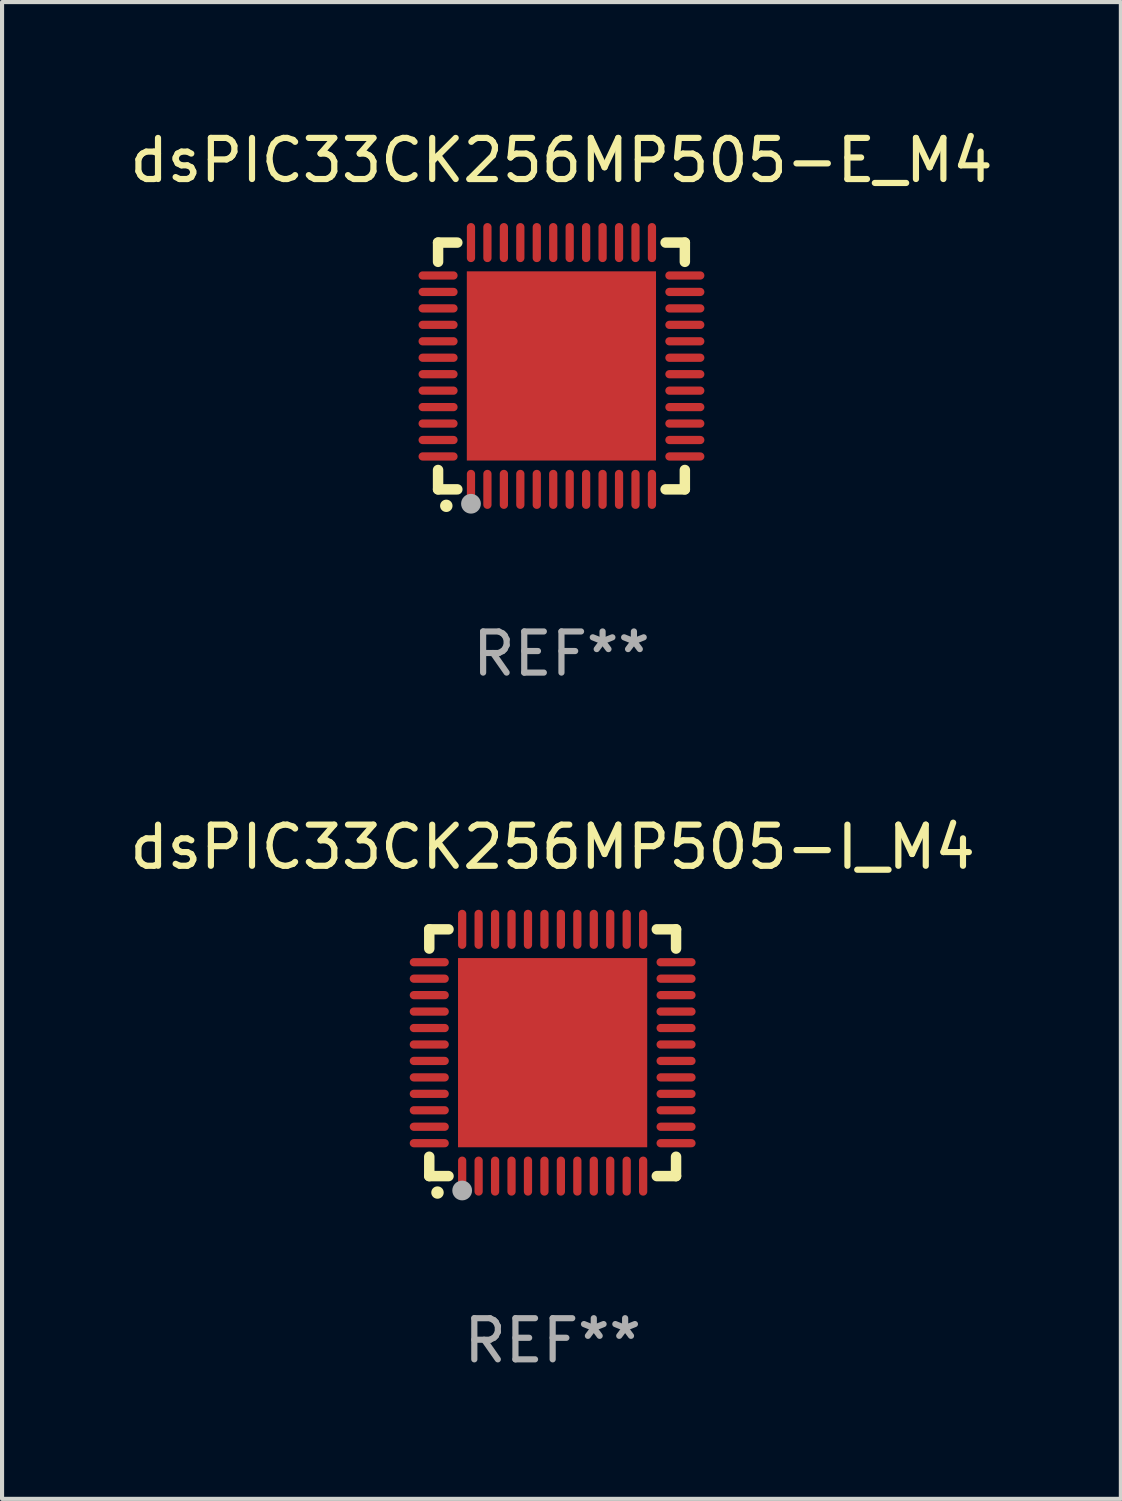
<source format=kicad_pcb>
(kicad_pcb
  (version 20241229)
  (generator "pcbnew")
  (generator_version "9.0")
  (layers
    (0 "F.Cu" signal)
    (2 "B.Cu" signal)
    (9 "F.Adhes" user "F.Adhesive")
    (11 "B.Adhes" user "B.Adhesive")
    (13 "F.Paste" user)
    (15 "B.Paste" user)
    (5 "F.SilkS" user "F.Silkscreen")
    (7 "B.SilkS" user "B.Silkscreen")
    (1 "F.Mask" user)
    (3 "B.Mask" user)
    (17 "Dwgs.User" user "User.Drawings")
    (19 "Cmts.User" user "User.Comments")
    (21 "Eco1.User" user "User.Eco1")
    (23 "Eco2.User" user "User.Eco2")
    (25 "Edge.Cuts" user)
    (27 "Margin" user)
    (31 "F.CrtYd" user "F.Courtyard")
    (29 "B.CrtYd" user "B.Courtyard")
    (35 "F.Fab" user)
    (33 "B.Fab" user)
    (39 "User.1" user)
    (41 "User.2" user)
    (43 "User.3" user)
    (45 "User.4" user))
  (footprint "dsPIC33CK256MP505-E_M4"
    (layer "F.Cu")
    (at 10.601 5.848)
    (property "Reference" "dsPIC33CK256MP505-E_M4" (at 0 -5 0) (layer "F.SilkS") (effects (font (size 1 1) (thickness 0.15))))
    (attr through_hole)
    (fp_line (start -3 -3) (end -2.532 -3) (stroke (width 0.254) (type solid)) (layer "F.SilkS"))
    (fp_line (start -3 -2.532) (end -3 -3) (stroke (width 0.254) (type solid)) (layer "F.SilkS"))
    (fp_line (start -3 3) (end -3 2.529) (stroke (width 0.254) (type solid)) (layer "F.SilkS"))
    (fp_line (start -2.532 3) (end -3 3) (stroke (width 0.254) (type solid)) (layer "F.SilkS"))
    (fp_line (start 2.532 -3) (end 3 -3) (stroke (width 0.254) (type solid)) (layer "F.SilkS"))
    (fp_line (start 3 -3) (end 3 -2.532) (stroke (width 0.254) (type solid)) (layer "F.SilkS"))
    (fp_line (start 3 2.529) (end 3 3) (stroke (width 0.254) (type solid)) (layer "F.SilkS"))
    (fp_line (start 3 3) (end 2.532 3) (stroke (width 0.254) (type solid)) (layer "F.SilkS"))
    (fp_arc (start -2.801295 3.400025) (mid -2.800025 3.40002) (end -2.798755 3.400025) (stroke (width 0.3) (type solid)) (layer "F.SilkS"))
    (fp_circle (center -3 3) (end -2.97 3) (stroke (width 0.06) (type solid)) (fill no) (layer "F.SilkS"))
    (fp_circle (center -2.2 3.35) (end -2.08 3.35) (stroke (width 0.24) (type solid)) (fill no) (layer "F.Fab"))
    (fp_text user "REF**" (at 0 7 0) (layer "F.Fab") (effects (font (size 1 1) (thickness 0.15))))
    (pad "1" smd oval (at -2.2 3) (size 0.2 0.95) (layers "F.Cu" "F.Mask" "F.Paste"))
    (pad "2" smd oval (at -1.8 3) (size 0.2 0.95) (layers "F.Cu" "F.Mask" "F.Paste"))
    (pad "3" smd oval (at -1.4 3) (size 0.2 0.95) (layers "F.Cu" "F.Mask" "F.Paste"))
    (pad "4" smd oval (at -1 3) (size 0.2 0.95) (layers "F.Cu" "F.Mask" "F.Paste"))
    (pad "5" smd oval (at -0.6 3) (size 0.2 0.95) (layers "F.Cu" "F.Mask" "F.Paste"))
    (pad "6" smd oval (at -0.2 3) (size 0.2 0.95) (layers "F.Cu" "F.Mask" "F.Paste"))
    (pad "7" smd oval (at 0.2 3) (size 0.2 0.95) (layers "F.Cu" "F.Mask" "F.Paste"))
    (pad "8" smd oval (at 0.6 3) (size 0.2 0.95) (layers "F.Cu" "F.Mask" "F.Paste"))
    (pad "9" smd oval (at 1 3) (size 0.2 0.95) (layers "F.Cu" "F.Mask" "F.Paste"))
    (pad "10" smd oval (at 1.4 3) (size 0.2 0.95) (layers "F.Cu" "F.Mask" "F.Paste"))
    (pad "11" smd oval (at 1.8 3) (size 0.2 0.95) (layers "F.Cu" "F.Mask" "F.Paste"))
    (pad "12" smd oval (at 2.2 3) (size 0.2 0.95) (layers "F.Cu" "F.Mask" "F.Paste"))
    (pad "13" smd oval (at 3 2.2 90) (size 0.2 0.95) (layers "F.Cu" "F.Mask" "F.Paste"))
    (pad "14" smd oval (at 3 1.8 90) (size 0.2 0.95) (layers "F.Cu" "F.Mask" "F.Paste"))
    (pad "15" smd oval (at 3 1.4 90) (size 0.2 0.95) (layers "F.Cu" "F.Mask" "F.Paste"))
    (pad "16" smd oval (at 3 1 90) (size 0.2 0.95) (layers "F.Cu" "F.Mask" "F.Paste"))
    (pad "17" smd oval (at 3 0.6 90) (size 0.2 0.95) (layers "F.Cu" "F.Mask" "F.Paste"))
    (pad "18" smd oval (at 3 0.2 90) (size 0.2 0.95) (layers "F.Cu" "F.Mask" "F.Paste"))
    (pad "19" smd oval (at 3 -0.2 90) (size 0.2 0.95) (layers "F.Cu" "F.Mask" "F.Paste"))
    (pad "20" smd oval (at 3 -0.6 90) (size 0.2 0.95) (layers "F.Cu" "F.Mask" "F.Paste"))
    (pad "21" smd oval (at 3 -1 90) (size 0.2 0.95) (layers "F.Cu" "F.Mask" "F.Paste"))
    (pad "22" smd oval (at 3 -1.4 90) (size 0.2 0.95) (layers "F.Cu" "F.Mask" "F.Paste"))
    (pad "23" smd oval (at 3 -1.8 90) (size 0.2 0.95) (layers "F.Cu" "F.Mask" "F.Paste"))
    (pad "24" smd oval (at 3 -2.2 90) (size 0.2 0.95) (layers "F.Cu" "F.Mask" "F.Paste"))
    (pad "25" smd oval (at 2.2 -3 180) (size 0.2 0.95) (layers "F.Cu" "F.Mask" "F.Paste"))
    (pad "26" smd oval (at 1.8 -3 180) (size 0.2 0.95) (layers "F.Cu" "F.Mask" "F.Paste"))
    (pad "27" smd oval (at 1.4 -3 180) (size 0.2 0.95) (layers "F.Cu" "F.Mask" "F.Paste"))
    (pad "28" smd oval (at 1 -3 180) (size 0.2 0.95) (layers "F.Cu" "F.Mask" "F.Paste"))
    (pad "29" smd oval (at 0.6 -3 180) (size 0.2 0.95) (layers "F.Cu" "F.Mask" "F.Paste"))
    (pad "30" smd oval (at 0.2 -3 180) (size 0.2 0.95) (layers "F.Cu" "F.Mask" "F.Paste"))
    (pad "31" smd oval (at -0.2 -3 180) (size 0.2 0.95) (layers "F.Cu" "F.Mask" "F.Paste"))
    (pad "32" smd oval (at -0.6 -3 180) (size 0.2 0.95) (layers "F.Cu" "F.Mask" "F.Paste"))
    (pad "33" smd oval (at -1 -3 180) (size 0.2 0.95) (layers "F.Cu" "F.Mask" "F.Paste"))
    (pad "34" smd oval (at -1.4 -3 180) (size 0.2 0.95) (layers "F.Cu" "F.Mask" "F.Paste"))
    (pad "35" smd oval (at -1.8 -3 180) (size 0.2 0.95) (layers "F.Cu" "F.Mask" "F.Paste"))
    (pad "36" smd oval (at -2.2 -3 180) (size 0.2 0.95) (layers "F.Cu" "F.Mask" "F.Paste"))
    (pad "37" smd oval (at -3 -2.2 270) (size 0.2 0.95) (layers "F.Cu" "F.Mask" "F.Paste"))
    (pad "38" smd oval (at -3 -1.8 270) (size 0.2 0.95) (layers "F.Cu" "F.Mask" "F.Paste"))
    (pad "39" smd oval (at -3 -1.4 270) (size 0.2 0.95) (layers "F.Cu" "F.Mask" "F.Paste"))
    (pad "40" smd oval (at -3 -1 270) (size 0.2 0.95) (layers "F.Cu" "F.Mask" "F.Paste"))
    (pad "41" smd oval (at -3 -0.6 270) (size 0.2 0.95) (layers "F.Cu" "F.Mask" "F.Paste"))
    (pad "42" smd oval (at -3 -0.2 270) (size 0.2 0.95) (layers "F.Cu" "F.Mask" "F.Paste"))
    (pad "43" smd oval (at -3 0.2 270) (size 0.2 0.95) (layers "F.Cu" "F.Mask" "F.Paste"))
    (pad "44" smd oval (at -3 0.6 270) (size 0.2 0.95) (layers "F.Cu" "F.Mask" "F.Paste"))
    (pad "45" smd oval (at -3 1 270) (size 0.2 0.95) (layers "F.Cu" "F.Mask" "F.Paste"))
    (pad "46" smd oval (at -3 1.4 270) (size 0.2 0.95) (layers "F.Cu" "F.Mask" "F.Paste"))
    (pad "47" smd oval (at -3 1.8 270) (size 0.2 0.95) (layers "F.Cu" "F.Mask" "F.Paste"))
    (pad "48" smd oval (at -3 2.2 270) (size 0.2 0.95) (layers "F.Cu" "F.Mask" "F.Paste"))
    (pad "49" smd rect (at -0.001 -0.001 180) (size 4.6 4.6) (layers "F.Cu" "F.Mask" "F.Paste")))
  (footprint "dsPIC33CK256MP505-I_M4"
    (layer "F.Cu")
    (at 10.387 22.545)
    (property "Reference" "dsPIC33CK256MP505-I_M4" (at 0 -5 0) (layer "F.SilkS") (effects (font (size 1 1) (thickness 0.15))))
    (attr through_hole)
    (fp_line (start -3 -3) (end -2.532 -3) (stroke (width 0.254) (type solid)) (layer "F.SilkS"))
    (fp_line (start -3 -2.532) (end -3 -3) (stroke (width 0.254) (type solid)) (layer "F.SilkS"))
    (fp_line (start -3 3) (end -3 2.529) (stroke (width 0.254) (type solid)) (layer "F.SilkS"))
    (fp_line (start -2.532 3) (end -3 3) (stroke (width 0.254) (type solid)) (layer "F.SilkS"))
    (fp_line (start 2.532 -3) (end 3 -3) (stroke (width 0.254) (type solid)) (layer "F.SilkS"))
    (fp_line (start 3 -3) (end 3 -2.532) (stroke (width 0.254) (type solid)) (layer "F.SilkS"))
    (fp_line (start 3 2.529) (end 3 3) (stroke (width 0.254) (type solid)) (layer "F.SilkS"))
    (fp_line (start 3 3) (end 2.532 3) (stroke (width 0.254) (type solid)) (layer "F.SilkS"))
    (fp_arc (start -2.801295 3.400025) (mid -2.800025 3.40002) (end -2.798755 3.400025) (stroke (width 0.3) (type solid)) (layer "F.SilkS"))
    (fp_circle (center -3 3) (end -2.97 3) (stroke (width 0.06) (type solid)) (fill no) (layer "F.SilkS"))
    (fp_circle (center -2.2 3.35) (end -2.08 3.35) (stroke (width 0.24) (type solid)) (fill no) (layer "F.Fab"))
    (fp_text user "REF**" (at 0 7 0) (layer "F.Fab") (effects (font (size 1 1) (thickness 0.15))))
    (pad "1" smd oval (at -2.2 3) (size 0.2 0.95) (layers "F.Cu" "F.Mask" "F.Paste"))
    (pad "2" smd oval (at -1.8 3) (size 0.2 0.95) (layers "F.Cu" "F.Mask" "F.Paste"))
    (pad "3" smd oval (at -1.4 3) (size 0.2 0.95) (layers "F.Cu" "F.Mask" "F.Paste"))
    (pad "4" smd oval (at -1 3) (size 0.2 0.95) (layers "F.Cu" "F.Mask" "F.Paste"))
    (pad "5" smd oval (at -0.6 3) (size 0.2 0.95) (layers "F.Cu" "F.Mask" "F.Paste"))
    (pad "6" smd oval (at -0.2 3) (size 0.2 0.95) (layers "F.Cu" "F.Mask" "F.Paste"))
    (pad "7" smd oval (at 0.2 3) (size 0.2 0.95) (layers "F.Cu" "F.Mask" "F.Paste"))
    (pad "8" smd oval (at 0.6 3) (size 0.2 0.95) (layers "F.Cu" "F.Mask" "F.Paste"))
    (pad "9" smd oval (at 1 3) (size 0.2 0.95) (layers "F.Cu" "F.Mask" "F.Paste"))
    (pad "10" smd oval (at 1.4 3) (size 0.2 0.95) (layers "F.Cu" "F.Mask" "F.Paste"))
    (pad "11" smd oval (at 1.8 3) (size 0.2 0.95) (layers "F.Cu" "F.Mask" "F.Paste"))
    (pad "12" smd oval (at 2.2 3) (size 0.2 0.95) (layers "F.Cu" "F.Mask" "F.Paste"))
    (pad "13" smd oval (at 3 2.2 90) (size 0.2 0.95) (layers "F.Cu" "F.Mask" "F.Paste"))
    (pad "14" smd oval (at 3 1.8 90) (size 0.2 0.95) (layers "F.Cu" "F.Mask" "F.Paste"))
    (pad "15" smd oval (at 3 1.4 90) (size 0.2 0.95) (layers "F.Cu" "F.Mask" "F.Paste"))
    (pad "16" smd oval (at 3 1 90) (size 0.2 0.95) (layers "F.Cu" "F.Mask" "F.Paste"))
    (pad "17" smd oval (at 3 0.6 90) (size 0.2 0.95) (layers "F.Cu" "F.Mask" "F.Paste"))
    (pad "18" smd oval (at 3 0.2 90) (size 0.2 0.95) (layers "F.Cu" "F.Mask" "F.Paste"))
    (pad "19" smd oval (at 3 -0.2 90) (size 0.2 0.95) (layers "F.Cu" "F.Mask" "F.Paste"))
    (pad "20" smd oval (at 3 -0.6 90) (size 0.2 0.95) (layers "F.Cu" "F.Mask" "F.Paste"))
    (pad "21" smd oval (at 3 -1 90) (size 0.2 0.95) (layers "F.Cu" "F.Mask" "F.Paste"))
    (pad "22" smd oval (at 3 -1.4 90) (size 0.2 0.95) (layers "F.Cu" "F.Mask" "F.Paste"))
    (pad "23" smd oval (at 3 -1.8 90) (size 0.2 0.95) (layers "F.Cu" "F.Mask" "F.Paste"))
    (pad "24" smd oval (at 3 -2.2 90) (size 0.2 0.95) (layers "F.Cu" "F.Mask" "F.Paste"))
    (pad "25" smd oval (at 2.2 -3 180) (size 0.2 0.95) (layers "F.Cu" "F.Mask" "F.Paste"))
    (pad "26" smd oval (at 1.8 -3 180) (size 0.2 0.95) (layers "F.Cu" "F.Mask" "F.Paste"))
    (pad "27" smd oval (at 1.4 -3 180) (size 0.2 0.95) (layers "F.Cu" "F.Mask" "F.Paste"))
    (pad "28" smd oval (at 1 -3 180) (size 0.2 0.95) (layers "F.Cu" "F.Mask" "F.Paste"))
    (pad "29" smd oval (at 0.6 -3 180) (size 0.2 0.95) (layers "F.Cu" "F.Mask" "F.Paste"))
    (pad "30" smd oval (at 0.2 -3 180) (size 0.2 0.95) (layers "F.Cu" "F.Mask" "F.Paste"))
    (pad "31" smd oval (at -0.2 -3 180) (size 0.2 0.95) (layers "F.Cu" "F.Mask" "F.Paste"))
    (pad "32" smd oval (at -0.6 -3 180) (size 0.2 0.95) (layers "F.Cu" "F.Mask" "F.Paste"))
    (pad "33" smd oval (at -1 -3 180) (size 0.2 0.95) (layers "F.Cu" "F.Mask" "F.Paste"))
    (pad "34" smd oval (at -1.4 -3 180) (size 0.2 0.95) (layers "F.Cu" "F.Mask" "F.Paste"))
    (pad "35" smd oval (at -1.8 -3 180) (size 0.2 0.95) (layers "F.Cu" "F.Mask" "F.Paste"))
    (pad "36" smd oval (at -2.2 -3 180) (size 0.2 0.95) (layers "F.Cu" "F.Mask" "F.Paste"))
    (pad "37" smd oval (at -3 -2.2 270) (size 0.2 0.95) (layers "F.Cu" "F.Mask" "F.Paste"))
    (pad "38" smd oval (at -3 -1.8 270) (size 0.2 0.95) (layers "F.Cu" "F.Mask" "F.Paste"))
    (pad "39" smd oval (at -3 -1.4 270) (size 0.2 0.95) (layers "F.Cu" "F.Mask" "F.Paste"))
    (pad "40" smd oval (at -3 -1 270) (size 0.2 0.95) (layers "F.Cu" "F.Mask" "F.Paste"))
    (pad "41" smd oval (at -3 -0.6 270) (size 0.2 0.95) (layers "F.Cu" "F.Mask" "F.Paste"))
    (pad "42" smd oval (at -3 -0.2 270) (size 0.2 0.95) (layers "F.Cu" "F.Mask" "F.Paste"))
    (pad "43" smd oval (at -3 0.2 270) (size 0.2 0.95) (layers "F.Cu" "F.Mask" "F.Paste"))
    (pad "44" smd oval (at -3 0.6 270) (size 0.2 0.95) (layers "F.Cu" "F.Mask" "F.Paste"))
    (pad "45" smd oval (at -3 1 270) (size 0.2 0.95) (layers "F.Cu" "F.Mask" "F.Paste"))
    (pad "46" smd oval (at -3 1.4 270) (size 0.2 0.95) (layers "F.Cu" "F.Mask" "F.Paste"))
    (pad "47" smd oval (at -3 1.8 270) (size 0.2 0.95) (layers "F.Cu" "F.Mask" "F.Paste"))
    (pad "48" smd oval (at -3 2.2 270) (size 0.2 0.95) (layers "F.Cu" "F.Mask" "F.Paste"))
    (pad "49" smd rect (at -0.001 -0.001 180) (size 4.6 4.6) (layers "F.Cu" "F.Mask" "F.Paste")))
  (gr_rect
    (start -3 -3)
    (end 24.202 33.393)
    (stroke (width 0.1) (type default))
    (fill no)
    (layer "Edge.Cuts")))
</source>
